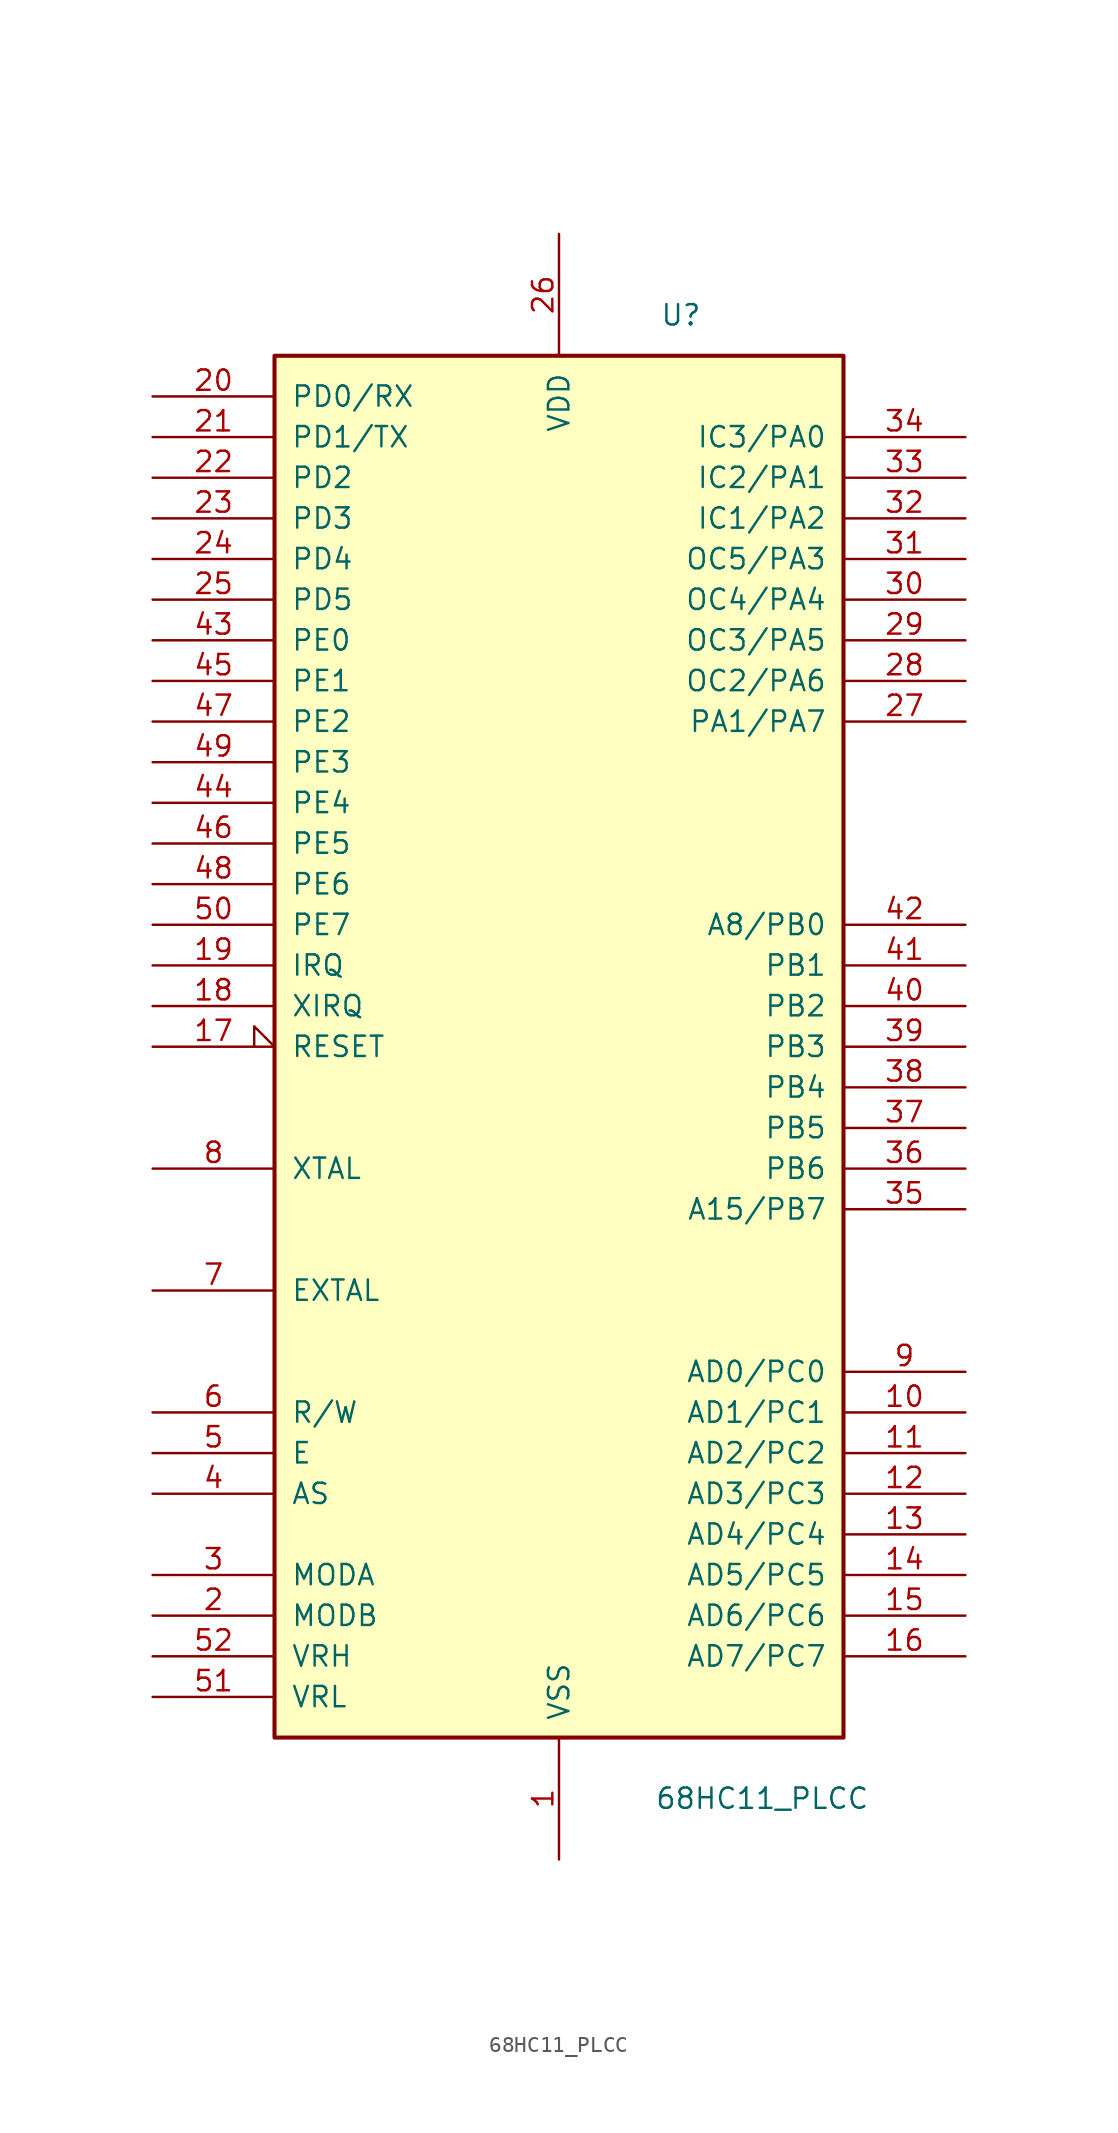
<source format=kicad_sym>
(kicad_symbol_lib
  (version 20201005)
  (generator kicad_symbol_editor)
  (symbol "68HC11_PLCC"
    (pin_names
      (offset 1.016))
    (property "Reference" "U"
      (at 7.62 45.72 0)
      (effects (font (size 1.27 1.27))))
    (property "Value" "68HC11_PLCC"
      (at 12.7 -46.99 0)
      (effects (font (size 1.27 1.27))))
    (symbol "68HC11_PLCC_0_1"
      (rectangle (start -17.78 -43.18) (end 17.78 43.18) (stroke (width 0.254)) (fill (type background))))
    (symbol "68HC11_PLCC_1_1"
      (pin power_in line (at 0 -50.8 90) (length 7.62) (name "VSS" (effects (font (size 1.27 1.27)))) (number "1" (effects (font (size 1.27 1.27)))))
      (pin tri_state line (at 25.4 -22.86 180) (length 7.62) (name "AD1/PC1" (effects (font (size 1.27 1.27)))) (number "10" (effects (font (size 1.27 1.27)))))
      (pin tri_state line (at 25.4 -25.4 180) (length 7.62) (name "AD2/PC2" (effects (font (size 1.27 1.27)))) (number "11" (effects (font (size 1.27 1.27)))))
      (pin tri_state line (at 25.4 -27.94 180) (length 7.62) (name "AD3/PC3" (effects (font (size 1.27 1.27)))) (number "12" (effects (font (size 1.27 1.27)))))
      (pin tri_state line (at 25.4 -30.48 180) (length 7.62) (name "AD4/PC4" (effects (font (size 1.27 1.27)))) (number "13" (effects (font (size 1.27 1.27)))))
      (pin tri_state line (at 25.4 -33.02 180) (length 7.62) (name "AD5/PC5" (effects (font (size 1.27 1.27)))) (number "14" (effects (font (size 1.27 1.27)))))
      (pin tri_state line (at 25.4 -35.56 180) (length 7.62) (name "AD6/PC6" (effects (font (size 1.27 1.27)))) (number "15" (effects (font (size 1.27 1.27)))))
      (pin tri_state line (at 25.4 -38.1 180) (length 7.62) (name "AD7/PC7" (effects (font (size 1.27 1.27)))) (number "16" (effects (font (size 1.27 1.27)))))
      (pin input input_low (at -25.4 0 0) (length 7.62) (name "RESET" (effects (font (size 1.27 1.27)))) (number "17" (effects (font (size 1.27 1.27)))))
      (pin input line (at -25.4 2.54 0) (length 7.62) (name "XIRQ" (effects (font (size 1.27 1.27)))) (number "18" (effects (font (size 1.27 1.27)))))
      (pin input line (at -25.4 5.08 0) (length 7.62) (name "IRQ" (effects (font (size 1.27 1.27)))) (number "19" (effects (font (size 1.27 1.27)))))
      (pin input line (at -25.4 -35.56 0) (length 7.62) (name "MODB" (effects (font (size 1.27 1.27)))) (number "2" (effects (font (size 1.27 1.27)))))
      (pin bidirectional line (at -25.4 40.64 0) (length 7.62) (name "PD0/RX" (effects (font (size 1.27 1.27)))) (number "20" (effects (font (size 1.27 1.27)))))
      (pin bidirectional line (at -25.4 38.1 0) (length 7.62) (name "PD1/TX" (effects (font (size 1.27 1.27)))) (number "21" (effects (font (size 1.27 1.27)))))
      (pin bidirectional line (at -25.4 35.56 0) (length 7.62) (name "PD2" (effects (font (size 1.27 1.27)))) (number "22" (effects (font (size 1.27 1.27)))))
      (pin input line (at -25.4 33.02 0) (length 7.62) (name "PD3" (effects (font (size 1.27 1.27)))) (number "23" (effects (font (size 1.27 1.27)))))
      (pin bidirectional line (at -25.4 30.48 0) (length 7.62) (name "PD4" (effects (font (size 1.27 1.27)))) (number "24" (effects (font (size 1.27 1.27)))))
      (pin bidirectional line (at -25.4 27.94 0) (length 7.62) (name "PD5" (effects (font (size 1.27 1.27)))) (number "25" (effects (font (size 1.27 1.27)))))
      (pin power_in line (at 0 50.8 270) (length 7.62) (name "VDD" (effects (font (size 1.27 1.27)))) (number "26" (effects (font (size 1.27 1.27)))))
      (pin input line (at 25.4 20.32 180) (length 7.62) (name "PA1/PA7" (effects (font (size 1.27 1.27)))) (number "27" (effects (font (size 1.27 1.27)))))
      (pin output line (at 25.4 22.86 180) (length 7.62) (name "OC2/PA6" (effects (font (size 1.27 1.27)))) (number "28" (effects (font (size 1.27 1.27)))))
      (pin output line (at 25.4 25.4 180) (length 7.62) (name "OC3/PA5" (effects (font (size 1.27 1.27)))) (number "29" (effects (font (size 1.27 1.27)))))
      (pin input line (at -25.4 -33.02 0) (length 7.62) (name "MODA" (effects (font (size 1.27 1.27)))) (number "3" (effects (font (size 1.27 1.27)))))
      (pin output line (at 25.4 27.94 180) (length 7.62) (name "OC4/PA4" (effects (font (size 1.27 1.27)))) (number "30" (effects (font (size 1.27 1.27)))))
      (pin output line (at 25.4 30.48 180) (length 7.62) (name "OC5/PA3" (effects (font (size 1.27 1.27)))) (number "31" (effects (font (size 1.27 1.27)))))
      (pin input line (at 25.4 33.02 180) (length 7.62) (name "IC1/PA2" (effects (font (size 1.27 1.27)))) (number "32" (effects (font (size 1.27 1.27)))))
      (pin input line (at 25.4 35.56 180) (length 7.62) (name "IC2/PA1" (effects (font (size 1.27 1.27)))) (number "33" (effects (font (size 1.27 1.27)))))
      (pin input line (at 25.4 38.1 180) (length 7.62) (name "IC3/PA0" (effects (font (size 1.27 1.27)))) (number "34" (effects (font (size 1.27 1.27)))))
      (pin output line (at 25.4 -10.16 180) (length 7.62) (name "A15/PB7" (effects (font (size 1.27 1.27)))) (number "35" (effects (font (size 1.27 1.27)))))
      (pin output line (at 25.4 -7.62 180) (length 7.62) (name "PB6" (effects (font (size 1.27 1.27)))) (number "36" (effects (font (size 1.27 1.27)))))
      (pin output line (at 25.4 -5.08 180) (length 7.62) (name "PB5" (effects (font (size 1.27 1.27)))) (number "37" (effects (font (size 1.27 1.27)))))
      (pin output line (at 25.4 -2.54 180) (length 7.62) (name "PB4" (effects (font (size 1.27 1.27)))) (number "38" (effects (font (size 1.27 1.27)))))
      (pin output line (at 25.4 0 180) (length 7.62) (name "PB3" (effects (font (size 1.27 1.27)))) (number "39" (effects (font (size 1.27 1.27)))))
      (pin output line (at -25.4 -27.94 0) (length 7.62) (name "AS" (effects (font (size 1.27 1.27)))) (number "4" (effects (font (size 1.27 1.27)))))
      (pin output line (at 25.4 2.54 180) (length 7.62) (name "PB2" (effects (font (size 1.27 1.27)))) (number "40" (effects (font (size 1.27 1.27)))))
      (pin output line (at 25.4 5.08 180) (length 7.62) (name "PB1" (effects (font (size 1.27 1.27)))) (number "41" (effects (font (size 1.27 1.27)))))
      (pin output line (at 25.4 7.62 180) (length 7.62) (name "A8/PB0" (effects (font (size 1.27 1.27)))) (number "42" (effects (font (size 1.27 1.27)))))
      (pin input line (at -25.4 25.4 0) (length 7.62) (name "PE0" (effects (font (size 1.27 1.27)))) (number "43" (effects (font (size 1.27 1.27)))))
      (pin input line (at -25.4 15.24 0) (length 7.62) (name "PE4" (effects (font (size 1.27 1.27)))) (number "44" (effects (font (size 1.27 1.27)))))
      (pin input line (at -25.4 22.86 0) (length 7.62) (name "PE1" (effects (font (size 1.27 1.27)))) (number "45" (effects (font (size 1.27 1.27)))))
      (pin input line (at -25.4 12.7 0) (length 7.62) (name "PE5" (effects (font (size 1.27 1.27)))) (number "46" (effects (font (size 1.27 1.27)))))
      (pin input line (at -25.4 20.32 0) (length 7.62) (name "PE2" (effects (font (size 1.27 1.27)))) (number "47" (effects (font (size 1.27 1.27)))))
      (pin input line (at -25.4 10.16 0) (length 7.62) (name "PE6" (effects (font (size 1.27 1.27)))) (number "48" (effects (font (size 1.27 1.27)))))
      (pin input line (at -25.4 17.78 0) (length 7.62) (name "PE3" (effects (font (size 1.27 1.27)))) (number "49" (effects (font (size 1.27 1.27)))))
      (pin output line (at -25.4 -25.4 0) (length 7.62) (name "E" (effects (font (size 1.27 1.27)))) (number "5" (effects (font (size 1.27 1.27)))))
      (pin input line (at -25.4 7.62 0) (length 7.62) (name "PE7" (effects (font (size 1.27 1.27)))) (number "50" (effects (font (size 1.27 1.27)))))
      (pin passive line (at -25.4 -40.64 0) (length 7.62) (name "VRL" (effects (font (size 1.27 1.27)))) (number "51" (effects (font (size 1.27 1.27)))))
      (pin passive line (at -25.4 -38.1 0) (length 7.62) (name "VRH" (effects (font (size 1.27 1.27)))) (number "52" (effects (font (size 1.27 1.27)))))
      (pin output line (at -25.4 -22.86 0) (length 7.62) (name "R/W" (effects (font (size 1.27 1.27)))) (number "6" (effects (font (size 1.27 1.27)))))
      (pin input line (at -25.4 -15.24 0) (length 7.62) (name "EXTAL" (effects (font (size 1.27 1.27)))) (number "7" (effects (font (size 1.27 1.27)))))
      (pin output line (at -25.4 -7.62 0) (length 7.62) (name "XTAL" (effects (font (size 1.27 1.27)))) (number "8" (effects (font (size 1.27 1.27)))))
      (pin tri_state line (at 25.4 -20.32 180) (length 7.62) (name "AD0/PC0" (effects (font (size 1.27 1.27)))) (number "9" (effects (font (size 1.27 1.27))))))))
</source>
